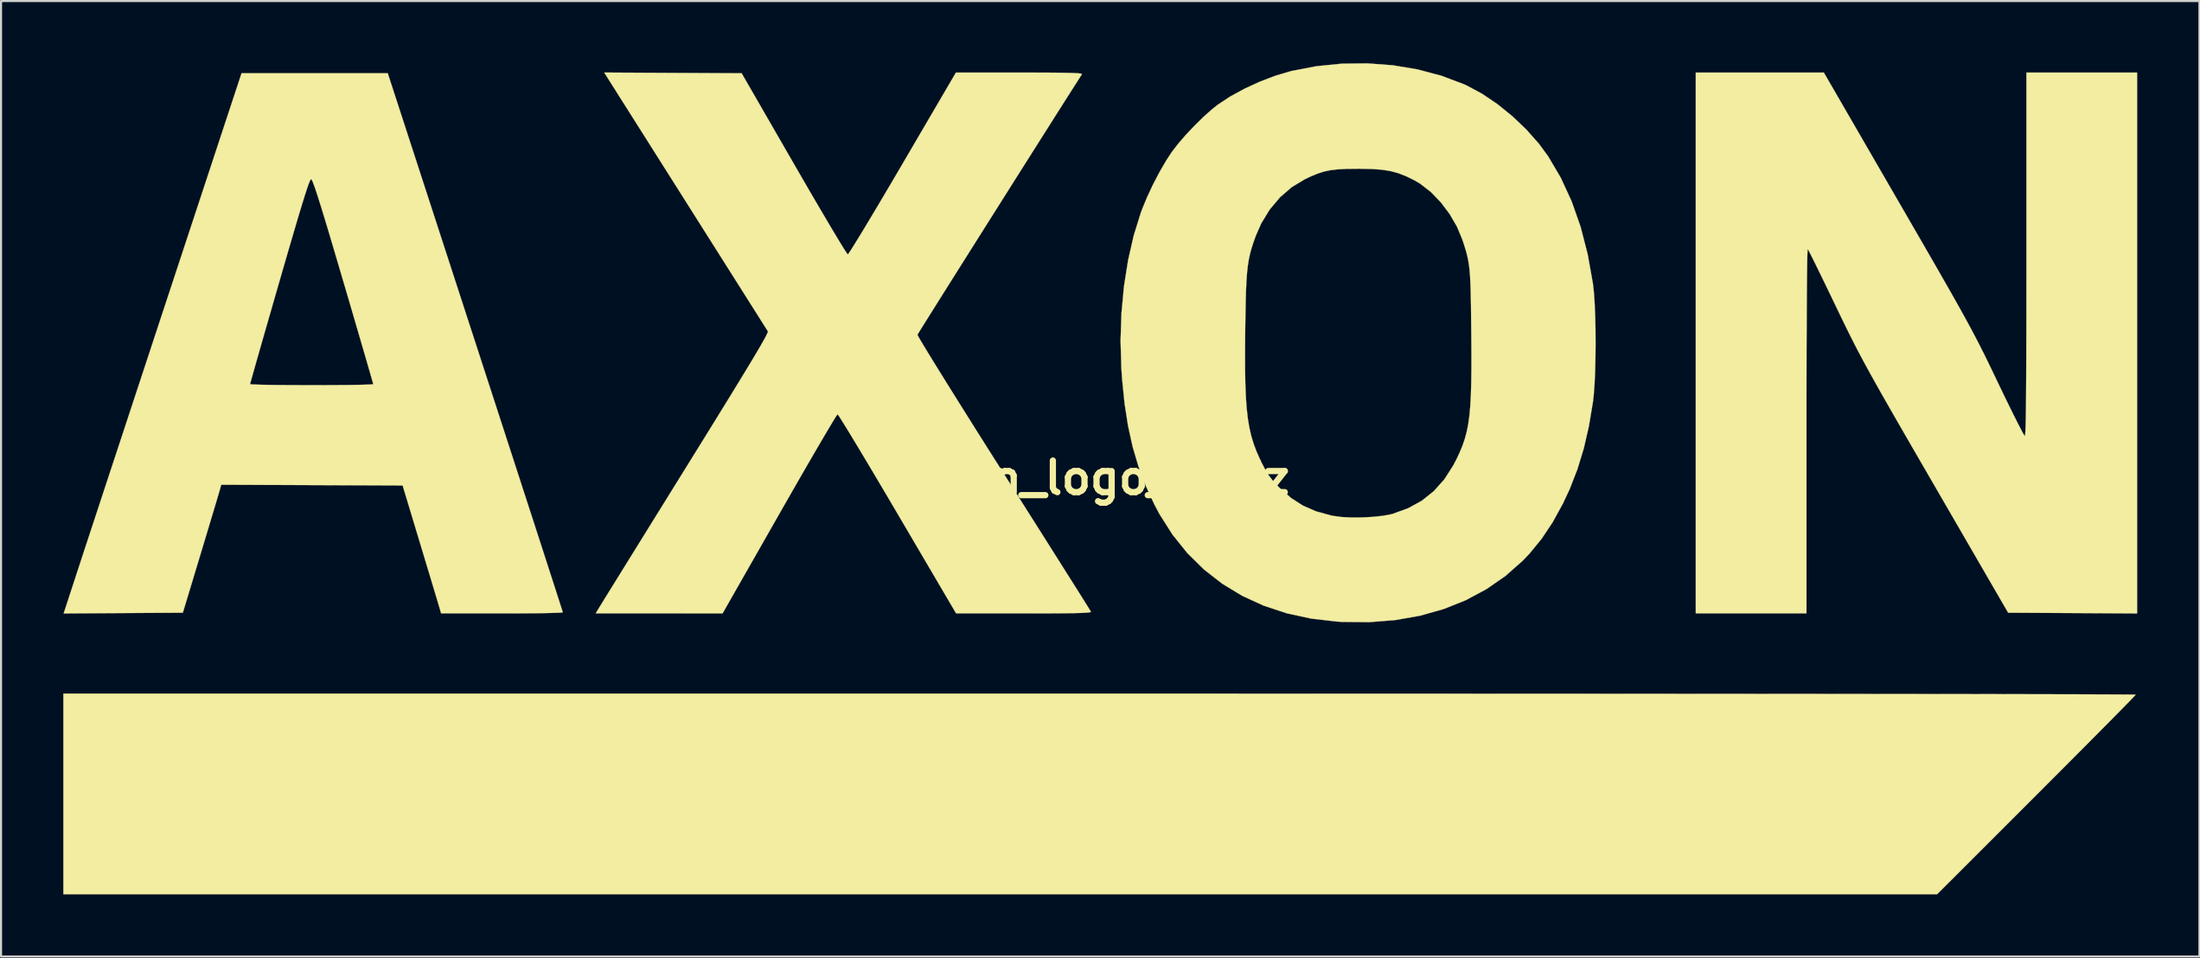
<source format=kicad_pcb>
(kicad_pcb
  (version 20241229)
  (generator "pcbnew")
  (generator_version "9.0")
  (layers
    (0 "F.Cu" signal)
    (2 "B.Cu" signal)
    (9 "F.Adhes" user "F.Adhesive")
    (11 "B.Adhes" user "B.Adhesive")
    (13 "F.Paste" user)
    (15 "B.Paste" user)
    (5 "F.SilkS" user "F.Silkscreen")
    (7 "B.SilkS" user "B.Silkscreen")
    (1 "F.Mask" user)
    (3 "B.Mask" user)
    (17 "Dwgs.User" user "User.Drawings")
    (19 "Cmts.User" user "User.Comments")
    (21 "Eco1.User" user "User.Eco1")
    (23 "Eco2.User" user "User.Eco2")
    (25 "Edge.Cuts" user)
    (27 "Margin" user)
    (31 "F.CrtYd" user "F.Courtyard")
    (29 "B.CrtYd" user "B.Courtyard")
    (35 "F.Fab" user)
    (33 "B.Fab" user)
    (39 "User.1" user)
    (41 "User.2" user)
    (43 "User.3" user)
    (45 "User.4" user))
  (footprint "axon_logo_horiz"
    (layer "F.Cu")
    (at 49.938 19.982)
    (property "Reference" "axon_logo_horiz" (at 0 0 0) (layer "F.SilkS") (effects (font (size 1.524 1.524) (thickness 0.3))))
    (attr through_hole)
    (fp_poly (pts (xy 2.576 10.4) (xy 5.118 10.4) (xy 7.625 10.401) (xy 10.092 10.401) (xy 12.517 10.402) (xy 14.895 10.402) (xy 17.225 10.403) (xy 19.502 10.404) (xy 21.723 10.405) (xy 23.885 10.406) (xy 25.985 10.407) (xy 28.019 10.409) (xy 29.985 10.41) (xy 31.879 10.412) (xy 33.697 10.413) (xy 35.437 10.415) (xy 37.095 10.417) (xy 38.668 10.419) (xy 40.153 10.42) (xy 41.546 10.422) (xy 42.844 10.424) (xy 44.044 10.427) (xy 45.143 10.429) (xy 46.137 10.431) (xy 47.023 10.433) (xy 47.798 10.436) (xy 48.458 10.438) (xy 49.001 10.441) (xy 49.423 10.443) (xy 49.721 10.446) (xy 49.891 10.448) (xy 49.933 10.45) (xy 49.887 10.503) (xy 49.753 10.644) (xy 49.537 10.867) (xy 49.245 11.164) (xy 48.884 11.531) (xy 48.46 11.959) (xy 47.979 12.444) (xy 47.448 12.979) (xy 46.873 13.557) (xy 46.26 14.172) (xy 45.615 14.818) (xy 45.15 15.284) (xy 40.366 20.067) (xy -49.933 20.067) (xy -49.933 10.4) (xy 0 10.4) (xy 2.576 10.4)) (stroke (width 0.01) (type solid)) (fill yes) (layer "F.SilkS"))
    (fp_poly (pts (xy 38.482 -13.35) (xy 39.054 -12.361) (xy 39.565 -11.478) (xy 40.019 -10.691) (xy 40.421 -9.992) (xy 40.776 -9.371) (xy 41.091 -8.818) (xy 41.369 -8.325) (xy 41.616 -7.882) (xy 41.837 -7.479) (xy 42.037 -7.108) (xy 42.221 -6.759) (xy 42.395 -6.422) (xy 42.564 -6.089) (xy 42.732 -5.75) (xy 42.904 -5.395) (xy 43.087 -5.016) (xy 43.284 -4.604) (xy 43.545 -4.06) (xy 43.791 -3.555) (xy 44.015 -3.099) (xy 44.212 -2.708) (xy 44.373 -2.392) (xy 44.494 -2.164) (xy 44.569 -2.038) (xy 44.587 -2.015) (xy 44.599 -2.041) (xy 44.61 -2.128) (xy 44.62 -2.283) (xy 44.628 -2.51) (xy 44.636 -2.816) (xy 44.643 -3.204) (xy 44.648 -3.681) (xy 44.653 -4.252) (xy 44.657 -4.921) (xy 44.66 -5.694) (xy 44.663 -6.577) (xy 44.665 -7.574) (xy 44.666 -8.69) (xy 44.667 -9.932) (xy 44.667 -10.761) (xy 44.667 -19.533) (xy 50 -19.533) (xy 50 6.535) (xy 46.893 6.517) (xy 43.786 6.5) (xy 40.252 0.4) (xy 39.683 -0.582) (xy 39.176 -1.458) (xy 38.725 -2.238) (xy 38.326 -2.932) (xy 37.973 -3.548) (xy 37.661 -4.096) (xy 37.385 -4.586) (xy 37.139 -5.028) (xy 36.918 -5.43) (xy 36.717 -5.803) (xy 36.531 -6.155) (xy 36.355 -6.497) (xy 36.183 -6.838) (xy 36.01 -7.187) (xy 35.831 -7.554) (xy 35.64 -7.948) (xy 35.455 -8.333) (xy 35.189 -8.886) (xy 34.94 -9.402) (xy 34.712 -9.869) (xy 34.514 -10.275) (xy 34.35 -10.606) (xy 34.227 -10.85) (xy 34.151 -10.995) (xy 34.129 -11.03) (xy 34.12 -10.974) (xy 34.111 -10.788) (xy 34.103 -10.475) (xy 34.096 -10.04) (xy 34.09 -9.486) (xy 34.084 -8.816) (xy 34.079 -8.033) (xy 34.075 -7.143) (xy 34.071 -6.147) (xy 34.069 -5.049) (xy 34.067 -3.854) (xy 34.067 -2.564) (xy 34.067 -2.28) (xy 34.067 6.533) (xy 28.733 6.533) (xy 28.733 -19.533) (xy 34.904 -19.533) (xy 38.482 -13.35)) (stroke (width 0.01) (type solid)) (fill yes) (layer "F.SilkS"))
    (fp_poly (pts (xy -30.085 -6.533) (xy -29.671 -5.26) (xy -29.268 -4.021) (xy -28.878 -2.821) (xy -28.503 -1.666) (xy -28.145 -0.564) (xy -27.806 0.482) (xy -27.487 1.463) (xy -27.191 2.375) (xy -26.92 3.212) (xy -26.676 3.968) (xy -26.46 4.636) (xy -26.274 5.21) (xy -26.121 5.686) (xy -26.002 6.056) (xy -25.919 6.315) (xy -25.875 6.457) (xy -25.867 6.483) (xy -25.931 6.494) (xy -26.116 6.503) (xy -26.406 6.512) (xy -26.79 6.52) (xy -27.253 6.526) (xy -27.782 6.53) (xy -28.364 6.533) (xy -28.798 6.533) (xy -31.73 6.533) (xy -31.832 6.183) (xy -31.873 6.045) (xy -31.948 5.794) (xy -32.052 5.447) (xy -32.181 5.018) (xy -32.33 4.523) (xy -32.495 3.977) (xy -32.67 3.396) (xy -32.759 3.1) (xy -33.585 0.367) (xy -42.328 0.332) (xy -42.397 0.583) (xy -42.43 0.698) (xy -42.498 0.927) (xy -42.595 1.254) (xy -42.719 1.666) (xy -42.864 2.148) (xy -43.025 2.686) (xy -43.2 3.265) (xy -43.321 3.667) (xy -44.177 6.5) (xy -49.919 6.535) (xy -49.293 4.617) (xy -49.204 4.346) (xy -49.076 3.955) (xy -48.912 3.454) (xy -48.713 2.85) (xy -48.484 2.152) (xy -48.225 1.367) (xy -47.941 0.502) (xy -47.633 -0.433) (xy -47.304 -1.431) (xy -46.957 -2.484) (xy -46.595 -3.584) (xy -46.288 -4.517) (xy -40.937 -4.517) (xy -40.872 -4.505) (xy -40.69 -4.496) (xy -40.408 -4.487) (xy -40.042 -4.481) (xy -39.607 -4.475) (xy -39.121 -4.471) (xy -38.6 -4.469) (xy -38.059 -4.468) (xy -37.516 -4.468) (xy -36.986 -4.47) (xy -36.487 -4.473) (xy -36.033 -4.478) (xy -35.642 -4.484) (xy -35.33 -4.492) (xy -35.113 -4.501) (xy -35.008 -4.512) (xy -35 -4.516) (xy -35.018 -4.586) (xy -35.072 -4.775) (xy -35.157 -5.071) (xy -35.271 -5.466) (xy -35.411 -5.949) (xy -35.575 -6.51) (xy -35.759 -7.14) (xy -35.96 -7.828) (xy -36.176 -8.566) (xy -36.404 -9.342) (xy -36.446 -9.483) (xy -36.727 -10.436) (xy -36.973 -11.268) (xy -37.187 -11.986) (xy -37.371 -12.595) (xy -37.527 -13.103) (xy -37.657 -13.516) (xy -37.763 -13.841) (xy -37.847 -14.085) (xy -37.912 -14.255) (xy -37.959 -14.357) (xy -37.99 -14.398) (xy -37.996 -14.399) (xy -38.024 -14.371) (xy -38.067 -14.284) (xy -38.127 -14.13) (xy -38.205 -13.903) (xy -38.305 -13.595) (xy -38.427 -13.202) (xy -38.575 -12.715) (xy -38.749 -12.127) (xy -38.953 -11.434) (xy -39.189 -10.626) (xy -39.458 -9.698) (xy -39.52 -9.483) (xy -39.746 -8.7) (xy -39.96 -7.955) (xy -40.161 -7.257) (xy -40.345 -6.615) (xy -40.509 -6.041) (xy -40.651 -5.544) (xy -40.767 -5.133) (xy -40.855 -4.819) (xy -40.913 -4.611) (xy -40.936 -4.52) (xy -40.937 -4.517) (xy -46.288 -4.517) (xy -46.22 -4.723) (xy -45.834 -5.893) (xy -45.441 -7.087) (xy -45.043 -8.295) (xy -45.008 -8.4) (xy -41.348 -19.5) (xy -34.302 -19.5) (xy -30.085 -6.533)) (stroke (width 0.01) (type solid)) (fill yes) (layer "F.SilkS"))
    (fp_poly (pts (xy -17.248 -19.5) (xy -14.731 -15.133) (xy -14.327 -14.434) (xy -13.941 -13.769) (xy -13.578 -13.148) (xy -13.243 -12.579) (xy -12.943 -12.071) (xy -12.681 -11.634) (xy -12.465 -11.276) (xy -12.297 -11.007) (xy -12.185 -10.834) (xy -12.134 -10.767) (xy -12.132 -10.767) (xy -12.086 -10.823) (xy -11.979 -10.985) (xy -11.815 -11.246) (xy -11.6 -11.595) (xy -11.339 -12.023) (xy -11.039 -12.523) (xy -10.703 -13.085) (xy -10.338 -13.701) (xy -9.948 -14.361) (xy -9.54 -15.056) (xy -9.485 -15.15) (xy -6.921 -19.533) (xy -3.852 -19.533) (xy -3.11 -19.533) (xy -2.492 -19.531) (xy -1.989 -19.527) (xy -1.59 -19.521) (xy -1.288 -19.513) (xy -1.072 -19.502) (xy -0.933 -19.488) (xy -0.862 -19.472) (xy -0.849 -19.452) (xy -0.85 -19.45) (xy -0.898 -19.379) (xy -1.01 -19.205) (xy -1.182 -18.936) (xy -1.408 -18.581) (xy -1.683 -18.15) (xy -2 -17.65) (xy -2.354 -17.09) (xy -2.74 -16.481) (xy -3.153 -15.829) (xy -3.586 -15.145) (xy -4.034 -14.436) (xy -4.491 -13.712) (xy -4.952 -12.982) (xy -5.412 -12.254) (xy -5.864 -11.537) (xy -6.304 -10.84) (xy -6.725 -10.172) (xy -7.122 -9.542) (xy -7.49 -8.957) (xy -7.822 -8.428) (xy -8.114 -7.963) (xy -8.36 -7.571) (xy -8.554 -7.261) (xy -8.691 -7.04) (xy -8.765 -6.92) (xy -8.776 -6.899) (xy -8.746 -6.832) (xy -8.648 -6.661) (xy -8.487 -6.391) (xy -8.267 -6.029) (xy -7.994 -5.584) (xy -7.671 -5.061) (xy -7.303 -4.469) (xy -6.893 -3.813) (xy -6.447 -3.102) (xy -5.97 -2.342) (xy -5.464 -1.54) (xy -4.935 -0.704) (xy -4.63 -0.223) (xy -4.089 0.63) (xy -3.568 1.453) (xy -3.071 2.237) (xy -2.603 2.977) (xy -2.169 3.664) (xy -1.772 4.293) (xy -1.417 4.855) (xy -1.108 5.344) (xy -0.851 5.753) (xy -0.65 6.074) (xy -0.508 6.301) (xy -0.431 6.427) (xy -0.418 6.45) (xy -0.436 6.47) (xy -0.511 6.486) (xy -0.654 6.5) (xy -0.872 6.511) (xy -1.176 6.519) (xy -1.575 6.525) (xy -2.076 6.53) (xy -2.691 6.532) (xy -3.427 6.533) (xy -3.649 6.533) (xy -6.912 6.533) (xy -9.731 1.733) (xy -10.162 1.001) (xy -10.575 0.303) (xy -10.964 -0.353) (xy -11.325 -0.957) (xy -11.652 -1.503) (xy -11.94 -1.98) (xy -12.185 -2.382) (xy -12.381 -2.698) (xy -12.523 -2.922) (xy -12.606 -3.043) (xy -12.625 -3.064) (xy -12.669 -3.007) (xy -12.773 -2.843) (xy -12.933 -2.58) (xy -13.144 -2.226) (xy -13.401 -1.79) (xy -13.698 -1.282) (xy -14.031 -0.708) (xy -14.395 -0.078) (xy -14.784 0.599) (xy -15.194 1.316) (xy -15.433 1.735) (xy -18.167 6.532) (xy -21.223 6.533) (xy -24.28 6.533) (xy -24.151 6.317) (xy -24.099 6.232) (xy -23.982 6.042) (xy -23.804 5.754) (xy -23.569 5.374) (xy -23.282 4.911) (xy -22.947 4.371) (xy -22.57 3.762) (xy -22.154 3.091) (xy -21.705 2.366) (xy -21.226 1.595) (xy -20.723 0.783) (xy -20.2 -0.06) (xy -19.97 -0.43) (xy -19.321 -1.477) (xy -18.739 -2.417) (xy -18.223 -3.253) (xy -17.768 -3.992) (xy -17.373 -4.637) (xy -17.034 -5.194) (xy -16.748 -5.667) (xy -16.512 -6.063) (xy -16.324 -6.385) (xy -16.18 -6.638) (xy -16.077 -6.828) (xy -16.012 -6.96) (xy -15.983 -7.037) (xy -15.983 -7.063) (xy -16.028 -7.135) (xy -16.139 -7.311) (xy -16.31 -7.581) (xy -16.535 -7.937) (xy -16.809 -8.37) (xy -17.126 -8.871) (xy -17.479 -9.43) (xy -17.864 -10.039) (xy -18.275 -10.689) (xy -18.706 -11.37) (xy -19.151 -12.074) (xy -19.605 -12.792) (xy -20.062 -13.515) (xy -20.517 -14.234) (xy -20.963 -14.939) (xy -21.395 -15.622) (xy -21.807 -16.274) (xy -22.194 -16.886) (xy -22.55 -17.449) (xy -22.869 -17.953) (xy -23.145 -18.39) (xy -23.373 -18.751) (xy -23.548 -19.027) (xy -23.663 -19.209) (xy -23.71 -19.284) (xy -23.869 -19.535) (xy -17.248 -19.5)) (stroke (width 0.01) (type solid)) (fill yes) (layer "F.SilkS"))
    (fp_poly (pts (xy 14.131 -19.885) (xy 15.322 -19.687) (xy 16.464 -19.384) (xy 17.54 -18.979) (xy 17.705 -18.904) (xy 18.437 -18.511) (xy 19.177 -18.011) (xy 19.896 -17.428) (xy 20.57 -16.785) (xy 21.172 -16.105) (xy 21.617 -15.499) (xy 22.228 -14.462) (xy 22.749 -13.331) (xy 23.18 -12.105) (xy 23.522 -10.782) (xy 23.776 -9.361) (xy 23.779 -9.333) (xy 23.825 -8.91) (xy 23.86 -8.382) (xy 23.885 -7.774) (xy 23.9 -7.115) (xy 23.904 -6.432) (xy 23.897 -5.751) (xy 23.88 -5.1) (xy 23.853 -4.506) (xy 23.815 -3.996) (xy 23.779 -3.672) (xy 23.582 -2.493) (xy 23.334 -1.414) (xy 23.027 -0.41) (xy 22.655 0.544) (xy 22.332 1.233) (xy 21.834 2.142) (xy 21.3 2.941) (xy 20.716 3.654) (xy 20.391 3.995) (xy 19.557 4.731) (xy 18.64 5.366) (xy 17.646 5.898) (xy 16.58 6.324) (xy 15.447 6.644) (xy 14.252 6.855) (xy 13.002 6.955) (xy 11.701 6.943) (xy 11.45 6.928) (xy 10.203 6.784) (xy 9.022 6.528) (xy 7.912 6.161) (xy 6.875 5.686) (xy 5.914 5.104) (xy 5.032 4.417) (xy 4.231 3.627) (xy 3.515 2.735) (xy 2.887 1.745) (xy 2.635 1.269) (xy 2.221 0.37) (xy 1.877 -0.545) (xy 1.596 -1.495) (xy 1.374 -2.502) (xy 1.206 -3.586) (xy 1.087 -4.767) (xy 1.052 -5.285) (xy 1.027 -6.143) (xy 7.011 -6.143) (xy 7.012 -5.301) (xy 7.024 -4.565) (xy 7.049 -3.923) (xy 7.089 -3.36) (xy 7.145 -2.863) (xy 7.219 -2.419) (xy 7.312 -2.015) (xy 7.427 -1.637) (xy 7.564 -1.272) (xy 7.726 -0.907) (xy 7.808 -0.735) (xy 7.991 -0.384) (xy 8.159 -0.11) (xy 8.348 0.135) (xy 8.591 0.397) (xy 8.693 0.5) (xy 9.233 0.974) (xy 9.804 1.34) (xy 10.434 1.615) (xy 11.149 1.811) (xy 11.291 1.839) (xy 11.679 1.889) (xy 12.148 1.912) (xy 12.658 1.909) (xy 13.169 1.882) (xy 13.639 1.832) (xy 14.03 1.761) (xy 14.121 1.737) (xy 14.873 1.464) (xy 15.534 1.101) (xy 16.111 0.639) (xy 16.614 0.074) (xy 17.049 -0.604) (xy 17.203 -0.9) (xy 17.357 -1.229) (xy 17.489 -1.547) (xy 17.599 -1.868) (xy 17.691 -2.205) (xy 17.765 -2.571) (xy 17.822 -2.98) (xy 17.865 -3.443) (xy 17.895 -3.975) (xy 17.913 -4.589) (xy 17.922 -5.298) (xy 17.921 -6.114) (xy 17.915 -6.97) (xy 17.907 -7.724) (xy 17.899 -8.36) (xy 17.889 -8.892) (xy 17.875 -9.336) (xy 17.857 -9.708) (xy 17.832 -10.021) (xy 17.799 -10.291) (xy 17.758 -10.533) (xy 17.706 -10.762) (xy 17.642 -10.993) (xy 17.565 -11.242) (xy 17.491 -11.467) (xy 17.227 -12.104) (xy 16.871 -12.718) (xy 16.443 -13.285) (xy 15.963 -13.781) (xy 15.449 -14.18) (xy 15.164 -14.348) (xy 14.765 -14.542) (xy 14.391 -14.686) (xy 14.014 -14.788) (xy 13.6 -14.853) (xy 13.12 -14.888) (xy 12.541 -14.899) (xy 12.467 -14.899) (xy 11.927 -14.893) (xy 11.49 -14.872) (xy 11.124 -14.829) (xy 10.797 -14.759) (xy 10.48 -14.655) (xy 10.141 -14.512) (xy 9.882 -14.388) (xy 9.257 -14.009) (xy 8.693 -13.52) (xy 8.201 -12.935) (xy 7.793 -12.268) (xy 7.526 -11.659) (xy 7.417 -11.355) (xy 7.327 -11.075) (xy 7.252 -10.802) (xy 7.192 -10.522) (xy 7.144 -10.218) (xy 7.107 -9.875) (xy 7.078 -9.475) (xy 7.057 -9.004) (xy 7.041 -8.446) (xy 7.029 -7.784) (xy 7.019 -7.105) (xy 7.011 -6.143) (xy 1.027 -6.143) (xy 1.013 -6.613) (xy 1.057 -7.939) (xy 1.179 -9.242) (xy 1.378 -10.5) (xy 1.65 -11.689) (xy 1.992 -12.787) (xy 2.037 -12.91) (xy 2.281 -13.506) (xy 2.575 -14.135) (xy 2.899 -14.754) (xy 3.229 -15.32) (xy 3.487 -15.711) (xy 3.787 -16.101) (xy 4.159 -16.532) (xy 4.574 -16.971) (xy 4.999 -17.389) (xy 5.406 -17.753) (xy 5.7 -17.987) (xy 6.297 -18.38) (xy 6.986 -18.756) (xy 7.728 -19.097) (xy 8.48 -19.384) (xy 9.203 -19.598) (xy 9.233 -19.606) (xy 10.443 -19.839) (xy 11.674 -19.963) (xy 12.909 -19.977) (xy 14.131 -19.885)) (stroke (width 0.01) (type solid)) (fill yes) (layer "F.SilkS")))
  (gr_rect
    (start -3 -3)
    (end 102.943 43.054)
    (stroke (width 0.1) (type default))
    (fill no)
    (layer "Edge.Cuts")))
</source>
